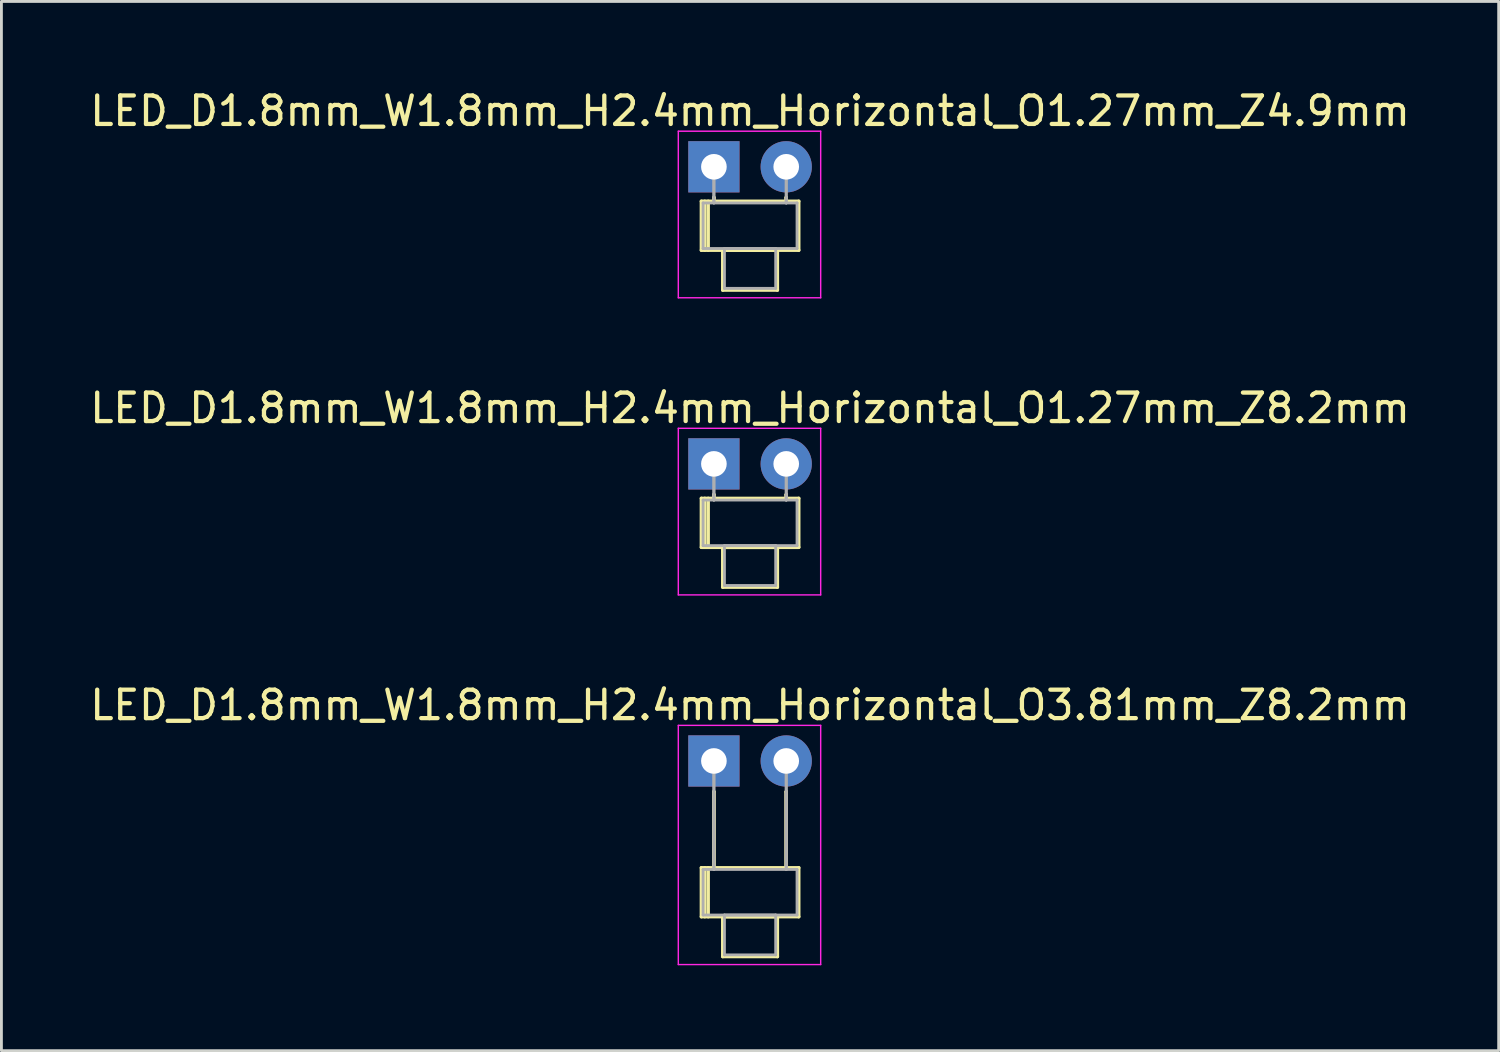
<source format=kicad_pcb>
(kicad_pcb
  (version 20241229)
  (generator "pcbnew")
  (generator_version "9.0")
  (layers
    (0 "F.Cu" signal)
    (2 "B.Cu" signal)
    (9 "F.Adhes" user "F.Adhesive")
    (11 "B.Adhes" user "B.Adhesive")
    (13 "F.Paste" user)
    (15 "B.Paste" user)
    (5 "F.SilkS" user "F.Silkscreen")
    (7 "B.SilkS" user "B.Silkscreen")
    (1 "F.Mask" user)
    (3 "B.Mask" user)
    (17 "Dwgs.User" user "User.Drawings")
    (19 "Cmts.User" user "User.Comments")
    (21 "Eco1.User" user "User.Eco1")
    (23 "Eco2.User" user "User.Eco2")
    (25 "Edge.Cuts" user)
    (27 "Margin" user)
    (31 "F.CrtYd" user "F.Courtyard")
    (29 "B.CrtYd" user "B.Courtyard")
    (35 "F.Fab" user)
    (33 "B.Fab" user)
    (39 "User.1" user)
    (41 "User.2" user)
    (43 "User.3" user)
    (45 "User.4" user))
  (footprint "LED_D1.8mm_W1.8mm_H2.4mm_Horizontal_O3.81mm_Z8.2mm"
    (layer "F.Cu")
    (at 22.022 23.675)
    (property "Reference" "LED_D1.8mm_W1.8mm_H2.4mm_Horizontal_O3.81mm_Z8.2mm" (at 1.27 -1.96 0) (layer "F.SilkS") (effects (font (size 1 1) (thickness 0.15))))
    (attr through_hole)
    (fp_line (start -0.44 3.75) (end -0.44 5.47) (stroke (width 0.12) (type solid)) (layer "F.SilkS"))
    (fp_line (start -0.44 5.47) (end 2.98 5.47) (stroke (width 0.12) (type solid)) (layer "F.SilkS"))
    (fp_line (start -0.32 3.75) (end -0.32 5.47) (stroke (width 0.12) (type solid)) (layer "F.SilkS"))
    (fp_line (start -0.2 3.75) (end -0.2 5.47) (stroke (width 0.12) (type solid)) (layer "F.SilkS"))
    (fp_line (start 0 1.08) (end 0 1.08) (stroke (width 0.12) (type solid)) (layer "F.SilkS"))
    (fp_line (start 0 1.08) (end 0 3.75) (stroke (width 0.12) (type solid)) (layer "F.SilkS"))
    (fp_line (start 0 3.75) (end 0 1.08) (stroke (width 0.12) (type solid)) (layer "F.SilkS"))
    (fp_line (start 0 3.75) (end 0 3.75) (stroke (width 0.12) (type solid)) (layer "F.SilkS"))
    (fp_line (start 0.31 5.47) (end 0.31 6.87) (stroke (width 0.12) (type solid)) (layer "F.SilkS"))
    (fp_line (start 0.31 6.87) (end 2.23 6.87) (stroke (width 0.12) (type solid)) (layer "F.SilkS"))
    (fp_line (start 2.23 5.47) (end 0.31 5.47) (stroke (width 0.12) (type solid)) (layer "F.SilkS"))
    (fp_line (start 2.23 6.87) (end 2.23 5.47) (stroke (width 0.12) (type solid)) (layer "F.SilkS"))
    (fp_line (start 2.54 1.08) (end 2.54 1.08) (stroke (width 0.12) (type solid)) (layer "F.SilkS"))
    (fp_line (start 2.54 1.08) (end 2.54 3.75) (stroke (width 0.12) (type solid)) (layer "F.SilkS"))
    (fp_line (start 2.54 3.75) (end 2.54 1.08) (stroke (width 0.12) (type solid)) (layer "F.SilkS"))
    (fp_line (start 2.54 3.75) (end 2.54 3.75) (stroke (width 0.12) (type solid)) (layer "F.SilkS"))
    (fp_line (start 2.98 3.75) (end -0.44 3.75) (stroke (width 0.12) (type solid)) (layer "F.SilkS"))
    (fp_line (start 2.98 5.47) (end 2.98 3.75) (stroke (width 0.12) (type solid)) (layer "F.SilkS"))
    (fp_line (start -1.25 -1.25) (end -1.25 7.15) (stroke (width 0.05) (type solid)) (layer "F.CrtYd"))
    (fp_line (start -1.25 7.15) (end 3.75 7.15) (stroke (width 0.05) (type solid)) (layer "F.CrtYd"))
    (fp_line (start 3.75 -1.25) (end -1.25 -1.25) (stroke (width 0.05) (type solid)) (layer "F.CrtYd"))
    (fp_line (start 3.75 7.15) (end 3.75 -1.25) (stroke (width 0.05) (type solid)) (layer "F.CrtYd"))
    (fp_line (start -0.38 3.81) (end -0.38 5.41) (stroke (width 0.1) (type solid)) (layer "F.Fab"))
    (fp_line (start -0.38 5.41) (end 2.92 5.41) (stroke (width 0.1) (type solid)) (layer "F.Fab"))
    (fp_line (start 0 0) (end 0 0) (stroke (width 0.1) (type solid)) (layer "F.Fab"))
    (fp_line (start 0 0) (end 0 3.81) (stroke (width 0.1) (type solid)) (layer "F.Fab"))
    (fp_line (start 0 3.81) (end 0 0) (stroke (width 0.1) (type solid)) (layer "F.Fab"))
    (fp_line (start 0 3.81) (end 0 3.81) (stroke (width 0.1) (type solid)) (layer "F.Fab"))
    (fp_line (start 0.37 5.41) (end 0.37 6.81) (stroke (width 0.1) (type solid)) (layer "F.Fab"))
    (fp_line (start 0.37 6.81) (end 2.17 6.81) (stroke (width 0.1) (type solid)) (layer "F.Fab"))
    (fp_line (start 2.17 5.41) (end 0.37 5.41) (stroke (width 0.1) (type solid)) (layer "F.Fab"))
    (fp_line (start 2.17 6.81) (end 2.17 5.41) (stroke (width 0.1) (type solid)) (layer "F.Fab"))
    (fp_line (start 2.54 0) (end 2.54 0) (stroke (width 0.1) (type solid)) (layer "F.Fab"))
    (fp_line (start 2.54 0) (end 2.54 3.81) (stroke (width 0.1) (type solid)) (layer "F.Fab"))
    (fp_line (start 2.54 3.81) (end 2.54 0) (stroke (width 0.1) (type solid)) (layer "F.Fab"))
    (fp_line (start 2.54 3.81) (end 2.54 3.81) (stroke (width 0.1) (type solid)) (layer "F.Fab"))
    (fp_line (start 2.92 3.81) (end -0.38 3.81) (stroke (width 0.1) (type solid)) (layer "F.Fab"))
    (fp_line (start 2.92 5.41) (end 2.92 3.81) (stroke (width 0.1) (type solid)) (layer "F.Fab"))
    (pad "1" thru_hole rect (at 0 0) (size 1.8 1.8) (drill 0.9) (layers "*.Cu" "*.Mask"))
    (pad "2" thru_hole circle (at 2.54 0) (size 1.8 1.8) (drill 0.9) (layers "*.Cu" "*.Mask")))
  (footprint "LED_D1.8mm_W1.8mm_H2.4mm_Horizontal_O1.27mm_Z8.2mm"
    (layer "F.Cu")
    (at 22.022 13.242)
    (property "Reference" "LED_D1.8mm_W1.8mm_H2.4mm_Horizontal_O1.27mm_Z8.2mm" (at 1.27 -1.96 0) (layer "F.SilkS") (effects (font (size 1 1) (thickness 0.15))))
    (attr through_hole)
    (fp_line (start -0.44 1.21) (end -0.44 2.93) (stroke (width 0.12) (type solid)) (layer "F.SilkS"))
    (fp_line (start -0.44 2.93) (end 2.98 2.93) (stroke (width 0.12) (type solid)) (layer "F.SilkS"))
    (fp_line (start -0.32 1.21) (end -0.32 2.93) (stroke (width 0.12) (type solid)) (layer "F.SilkS"))
    (fp_line (start -0.2 1.21) (end -0.2 2.93) (stroke (width 0.12) (type solid)) (layer "F.SilkS"))
    (fp_line (start 0 1.08) (end 0 1.08) (stroke (width 0.12) (type solid)) (layer "F.SilkS"))
    (fp_line (start 0 1.08) (end 0 1.21) (stroke (width 0.12) (type solid)) (layer "F.SilkS"))
    (fp_line (start 0 1.21) (end 0 1.08) (stroke (width 0.12) (type solid)) (layer "F.SilkS"))
    (fp_line (start 0 1.21) (end 0 1.21) (stroke (width 0.12) (type solid)) (layer "F.SilkS"))
    (fp_line (start 0.31 2.93) (end 0.31 4.33) (stroke (width 0.12) (type solid)) (layer "F.SilkS"))
    (fp_line (start 0.31 4.33) (end 2.23 4.33) (stroke (width 0.12) (type solid)) (layer "F.SilkS"))
    (fp_line (start 2.23 2.93) (end 0.31 2.93) (stroke (width 0.12) (type solid)) (layer "F.SilkS"))
    (fp_line (start 2.23 4.33) (end 2.23 2.93) (stroke (width 0.12) (type solid)) (layer "F.SilkS"))
    (fp_line (start 2.54 1.08) (end 2.54 1.08) (stroke (width 0.12) (type solid)) (layer "F.SilkS"))
    (fp_line (start 2.54 1.08) (end 2.54 1.21) (stroke (width 0.12) (type solid)) (layer "F.SilkS"))
    (fp_line (start 2.54 1.21) (end 2.54 1.08) (stroke (width 0.12) (type solid)) (layer "F.SilkS"))
    (fp_line (start 2.54 1.21) (end 2.54 1.21) (stroke (width 0.12) (type solid)) (layer "F.SilkS"))
    (fp_line (start 2.98 1.21) (end -0.44 1.21) (stroke (width 0.12) (type solid)) (layer "F.SilkS"))
    (fp_line (start 2.98 2.93) (end 2.98 1.21) (stroke (width 0.12) (type solid)) (layer "F.SilkS"))
    (fp_line (start -1.25 -1.25) (end -1.25 4.6) (stroke (width 0.05) (type solid)) (layer "F.CrtYd"))
    (fp_line (start -1.25 4.6) (end 3.75 4.6) (stroke (width 0.05) (type solid)) (layer "F.CrtYd"))
    (fp_line (start 3.75 -1.25) (end -1.25 -1.25) (stroke (width 0.05) (type solid)) (layer "F.CrtYd"))
    (fp_line (start 3.75 4.6) (end 3.75 -1.25) (stroke (width 0.05) (type solid)) (layer "F.CrtYd"))
    (fp_line (start -0.38 1.27) (end -0.38 2.87) (stroke (width 0.1) (type solid)) (layer "F.Fab"))
    (fp_line (start -0.38 2.87) (end 2.92 2.87) (stroke (width 0.1) (type solid)) (layer "F.Fab"))
    (fp_line (start 0 0) (end 0 0) (stroke (width 0.1) (type solid)) (layer "F.Fab"))
    (fp_line (start 0 0) (end 0 1.27) (stroke (width 0.1) (type solid)) (layer "F.Fab"))
    (fp_line (start 0 1.27) (end 0 0) (stroke (width 0.1) (type solid)) (layer "F.Fab"))
    (fp_line (start 0 1.27) (end 0 1.27) (stroke (width 0.1) (type solid)) (layer "F.Fab"))
    (fp_line (start 0.37 2.87) (end 0.37 4.27) (stroke (width 0.1) (type solid)) (layer "F.Fab"))
    (fp_line (start 0.37 4.27) (end 2.17 4.27) (stroke (width 0.1) (type solid)) (layer "F.Fab"))
    (fp_line (start 2.17 2.87) (end 0.37 2.87) (stroke (width 0.1) (type solid)) (layer "F.Fab"))
    (fp_line (start 2.17 4.27) (end 2.17 2.87) (stroke (width 0.1) (type solid)) (layer "F.Fab"))
    (fp_line (start 2.54 0) (end 2.54 0) (stroke (width 0.1) (type solid)) (layer "F.Fab"))
    (fp_line (start 2.54 0) (end 2.54 1.27) (stroke (width 0.1) (type solid)) (layer "F.Fab"))
    (fp_line (start 2.54 1.27) (end 2.54 0) (stroke (width 0.1) (type solid)) (layer "F.Fab"))
    (fp_line (start 2.54 1.27) (end 2.54 1.27) (stroke (width 0.1) (type solid)) (layer "F.Fab"))
    (fp_line (start 2.92 1.27) (end -0.38 1.27) (stroke (width 0.1) (type solid)) (layer "F.Fab"))
    (fp_line (start 2.92 2.87) (end 2.92 1.27) (stroke (width 0.1) (type solid)) (layer "F.Fab"))
    (pad "1" thru_hole rect (at 0 0) (size 1.8 1.8) (drill 0.9) (layers "*.Cu" "*.Mask"))
    (pad "2" thru_hole circle (at 2.54 0) (size 1.8 1.8) (drill 0.9) (layers "*.Cu" "*.Mask")))
  (footprint "LED_D1.8mm_W1.8mm_H2.4mm_Horizontal_O1.27mm_Z4.9mm"
    (layer "F.Cu")
    (at 22.022 2.808)
    (property "Reference" "LED_D1.8mm_W1.8mm_H2.4mm_Horizontal_O1.27mm_Z4.9mm" (at 1.27 -1.96 0) (layer "F.SilkS") (effects (font (size 1 1) (thickness 0.15))))
    (attr through_hole)
    (fp_line (start -0.44 1.21) (end -0.44 2.93) (stroke (width 0.12) (type solid)) (layer "F.SilkS"))
    (fp_line (start -0.44 2.93) (end 2.98 2.93) (stroke (width 0.12) (type solid)) (layer "F.SilkS"))
    (fp_line (start -0.32 1.21) (end -0.32 2.93) (stroke (width 0.12) (type solid)) (layer "F.SilkS"))
    (fp_line (start -0.2 1.21) (end -0.2 2.93) (stroke (width 0.12) (type solid)) (layer "F.SilkS"))
    (fp_line (start 0 1.08) (end 0 1.08) (stroke (width 0.12) (type solid)) (layer "F.SilkS"))
    (fp_line (start 0 1.08) (end 0 1.21) (stroke (width 0.12) (type solid)) (layer "F.SilkS"))
    (fp_line (start 0 1.21) (end 0 1.08) (stroke (width 0.12) (type solid)) (layer "F.SilkS"))
    (fp_line (start 0 1.21) (end 0 1.21) (stroke (width 0.12) (type solid)) (layer "F.SilkS"))
    (fp_line (start 0.31 2.93) (end 0.31 4.33) (stroke (width 0.12) (type solid)) (layer "F.SilkS"))
    (fp_line (start 0.31 4.33) (end 2.23 4.33) (stroke (width 0.12) (type solid)) (layer "F.SilkS"))
    (fp_line (start 2.23 2.93) (end 0.31 2.93) (stroke (width 0.12) (type solid)) (layer "F.SilkS"))
    (fp_line (start 2.23 4.33) (end 2.23 2.93) (stroke (width 0.12) (type solid)) (layer "F.SilkS"))
    (fp_line (start 2.54 1.08) (end 2.54 1.08) (stroke (width 0.12) (type solid)) (layer "F.SilkS"))
    (fp_line (start 2.54 1.08) (end 2.54 1.21) (stroke (width 0.12) (type solid)) (layer "F.SilkS"))
    (fp_line (start 2.54 1.21) (end 2.54 1.08) (stroke (width 0.12) (type solid)) (layer "F.SilkS"))
    (fp_line (start 2.54 1.21) (end 2.54 1.21) (stroke (width 0.12) (type solid)) (layer "F.SilkS"))
    (fp_line (start 2.98 1.21) (end -0.44 1.21) (stroke (width 0.12) (type solid)) (layer "F.SilkS"))
    (fp_line (start 2.98 2.93) (end 2.98 1.21) (stroke (width 0.12) (type solid)) (layer "F.SilkS"))
    (fp_line (start -1.25 -1.25) (end -1.25 4.6) (stroke (width 0.05) (type solid)) (layer "F.CrtYd"))
    (fp_line (start -1.25 4.6) (end 3.75 4.6) (stroke (width 0.05) (type solid)) (layer "F.CrtYd"))
    (fp_line (start 3.75 -1.25) (end -1.25 -1.25) (stroke (width 0.05) (type solid)) (layer "F.CrtYd"))
    (fp_line (start 3.75 4.6) (end 3.75 -1.25) (stroke (width 0.05) (type solid)) (layer "F.CrtYd"))
    (fp_line (start -0.38 1.27) (end -0.38 2.87) (stroke (width 0.1) (type solid)) (layer "F.Fab"))
    (fp_line (start -0.38 2.87) (end 2.92 2.87) (stroke (width 0.1) (type solid)) (layer "F.Fab"))
    (fp_line (start 0 0) (end 0 0) (stroke (width 0.1) (type solid)) (layer "F.Fab"))
    (fp_line (start 0 0) (end 0 1.27) (stroke (width 0.1) (type solid)) (layer "F.Fab"))
    (fp_line (start 0 1.27) (end 0 0) (stroke (width 0.1) (type solid)) (layer "F.Fab"))
    (fp_line (start 0 1.27) (end 0 1.27) (stroke (width 0.1) (type solid)) (layer "F.Fab"))
    (fp_line (start 0.37 2.87) (end 0.37 4.27) (stroke (width 0.1) (type solid)) (layer "F.Fab"))
    (fp_line (start 0.37 4.27) (end 2.17 4.27) (stroke (width 0.1) (type solid)) (layer "F.Fab"))
    (fp_line (start 2.17 2.87) (end 0.37 2.87) (stroke (width 0.1) (type solid)) (layer "F.Fab"))
    (fp_line (start 2.17 4.27) (end 2.17 2.87) (stroke (width 0.1) (type solid)) (layer "F.Fab"))
    (fp_line (start 2.54 0) (end 2.54 0) (stroke (width 0.1) (type solid)) (layer "F.Fab"))
    (fp_line (start 2.54 0) (end 2.54 1.27) (stroke (width 0.1) (type solid)) (layer "F.Fab"))
    (fp_line (start 2.54 1.27) (end 2.54 0) (stroke (width 0.1) (type solid)) (layer "F.Fab"))
    (fp_line (start 2.54 1.27) (end 2.54 1.27) (stroke (width 0.1) (type solid)) (layer "F.Fab"))
    (fp_line (start 2.92 1.27) (end -0.38 1.27) (stroke (width 0.1) (type solid)) (layer "F.Fab"))
    (fp_line (start 2.92 2.87) (end 2.92 1.27) (stroke (width 0.1) (type solid)) (layer "F.Fab"))
    (pad "1" thru_hole rect (at 0 0) (size 1.8 1.8) (drill 0.9) (layers "*.Cu" "*.Mask"))
    (pad "2" thru_hole circle (at 2.54 0) (size 1.8 1.8) (drill 0.9) (layers "*.Cu" "*.Mask")))
  (gr_rect
    (start -3 -3)
    (end 49.583 33.85)
    (stroke (width 0.1) (type default))
    (fill no)
    (layer "Edge.Cuts")))
</source>
